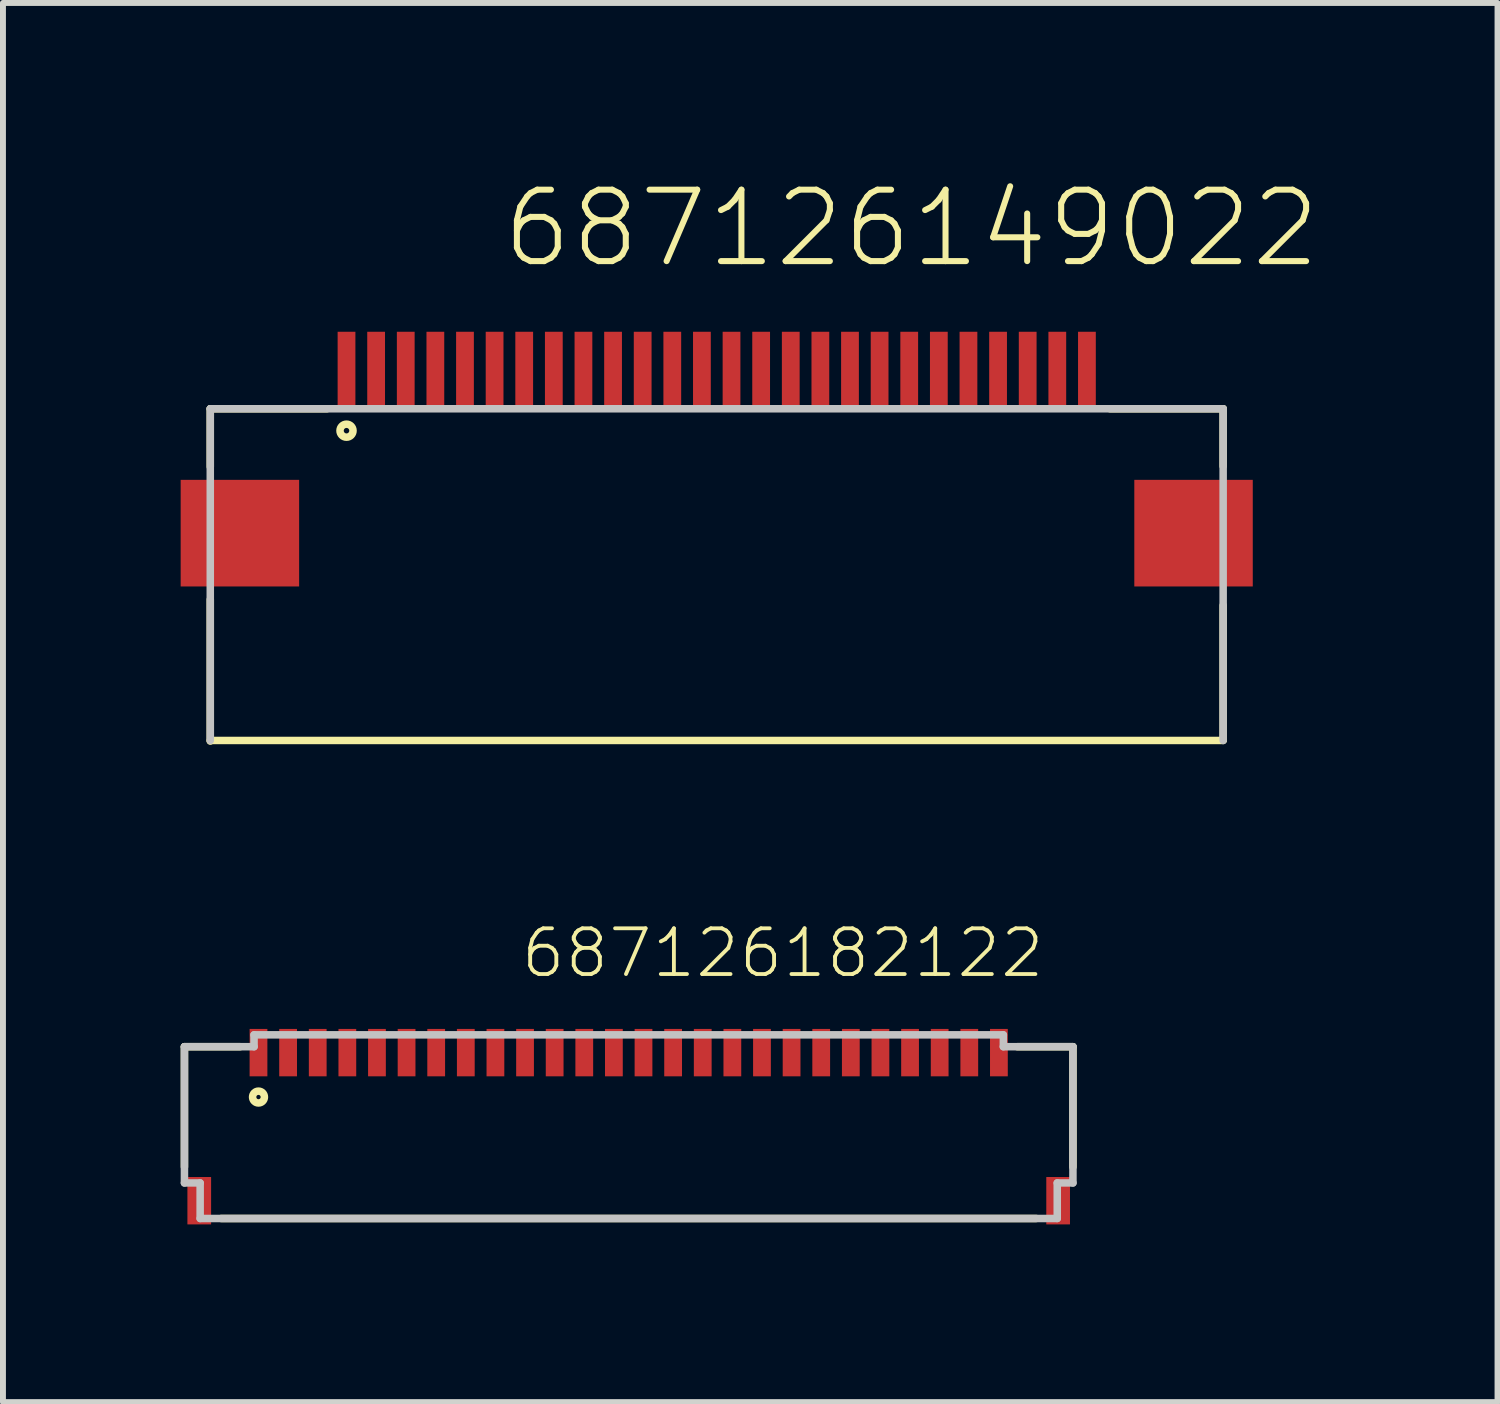
<source format=kicad_pcb>
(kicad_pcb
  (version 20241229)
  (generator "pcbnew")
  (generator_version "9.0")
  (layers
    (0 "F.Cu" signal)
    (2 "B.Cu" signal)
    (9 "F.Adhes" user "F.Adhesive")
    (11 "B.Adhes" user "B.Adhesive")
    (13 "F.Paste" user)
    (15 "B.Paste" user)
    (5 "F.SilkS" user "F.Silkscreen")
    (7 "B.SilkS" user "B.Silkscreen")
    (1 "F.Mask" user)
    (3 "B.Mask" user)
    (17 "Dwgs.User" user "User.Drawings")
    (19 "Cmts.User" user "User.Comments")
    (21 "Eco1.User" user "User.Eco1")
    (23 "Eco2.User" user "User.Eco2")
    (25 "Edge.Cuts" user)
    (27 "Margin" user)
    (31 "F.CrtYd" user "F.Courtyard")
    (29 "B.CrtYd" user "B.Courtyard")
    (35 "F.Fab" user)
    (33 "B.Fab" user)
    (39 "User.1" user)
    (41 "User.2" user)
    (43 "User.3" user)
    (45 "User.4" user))
  (footprint "687126149022"
    (layer "F.Cu")
    (at 9.05 3.201)
    (property "Reference" "687126149022" (at -3.67 -1.69 0) (layer "F.SilkS") (effects (font (size 1.206 1.206) (thickness 0.102)) (justify left bottom)))
    (attr through_hole)
    (fp_line (start -8.55 0.65) (end -8.55 1.63) (stroke (width 0.127) (type solid)) (layer "F.SilkS"))
    (fp_line (start -8.55 3.87) (end -8.55 6.26) (stroke (width 0.127) (type solid)) (layer "F.SilkS"))
    (fp_line (start -6.58 0.65) (end -8.55 0.65) (stroke (width 0.127) (type solid)) (layer "F.SilkS"))
    (fp_line (start 6.64 0.65) (end 8.55 0.65) (stroke (width 0.127) (type solid)) (layer "F.SilkS"))
    (fp_line (start 8.55 0.65) (end 8.55 1.62) (stroke (width 0.127) (type solid)) (layer "F.SilkS"))
    (fp_line (start 8.55 3.97) (end 8.55 6.24) (stroke (width 0.127) (type solid)) (layer "F.SilkS"))
    (fp_line (start 8.55 6.25) (end -8.55 6.25) (stroke (width 0.127) (type solid)) (layer "F.SilkS"))
    (fp_circle (center -6.25 1.02) (end -6.14 1.02) (stroke (width 0.127) (type solid)) (fill no) (layer "F.SilkS"))
    (fp_line (start -8.55 0.65) (end 8.55 0.65) (stroke (width 0.127) (type solid)) (layer "Dwgs.User"))
    (fp_line (start -8.55 6.25) (end -8.55 0.65) (stroke (width 0.127) (type solid)) (layer "Dwgs.User"))
    (fp_line (start 8.55 0.65) (end 8.55 6.25) (stroke (width 0.127) (type solid)) (layer "Dwgs.User"))
    (pad "1" smd rect (at -6.25 0) (size 0.3 1.3) (layers "F.Cu" "F.Mask" "F.Paste"))
    (pad "2" smd rect (at -5.75 0) (size 0.3 1.3) (layers "F.Cu" "F.Mask" "F.Paste"))
    (pad "3" smd rect (at -5.25 0) (size 0.3 1.3) (layers "F.Cu" "F.Mask" "F.Paste"))
    (pad "4" smd rect (at -4.75 0) (size 0.3 1.3) (layers "F.Cu" "F.Mask" "F.Paste"))
    (pad "5" smd rect (at -4.25 0) (size 0.3 1.3) (layers "F.Cu" "F.Mask" "F.Paste"))
    (pad "6" smd rect (at -3.75 0) (size 0.3 1.3) (layers "F.Cu" "F.Mask" "F.Paste"))
    (pad "7" smd rect (at -3.25 0) (size 0.3 1.3) (layers "F.Cu" "F.Mask" "F.Paste"))
    (pad "8" smd rect (at -2.75 0) (size 0.3 1.3) (layers "F.Cu" "F.Mask" "F.Paste"))
    (pad "9" smd rect (at -2.25 0) (size 0.3 1.3) (layers "F.Cu" "F.Mask" "F.Paste"))
    (pad "10" smd rect (at -1.75 0) (size 0.3 1.3) (layers "F.Cu" "F.Mask" "F.Paste"))
    (pad "11" smd rect (at -1.25 0) (size 0.3 1.3) (layers "F.Cu" "F.Mask" "F.Paste"))
    (pad "12" smd rect (at -0.75 0) (size 0.3 1.3) (layers "F.Cu" "F.Mask" "F.Paste"))
    (pad "13" smd rect (at -0.25 0) (size 0.3 1.3) (layers "F.Cu" "F.Mask" "F.Paste"))
    (pad "14" smd rect (at 0.25 0) (size 0.3 1.3) (layers "F.Cu" "F.Mask" "F.Paste"))
    (pad "15" smd rect (at 0.75 0) (size 0.3 1.3) (layers "F.Cu" "F.Mask" "F.Paste"))
    (pad "16" smd rect (at 1.25 0) (size 0.3 1.3) (layers "F.Cu" "F.Mask" "F.Paste"))
    (pad "17" smd rect (at 1.75 0) (size 0.3 1.3) (layers "F.Cu" "F.Mask" "F.Paste"))
    (pad "18" smd rect (at 2.25 0) (size 0.3 1.3) (layers "F.Cu" "F.Mask" "F.Paste"))
    (pad "19" smd rect (at 2.75 0) (size 0.3 1.3) (layers "F.Cu" "F.Mask" "F.Paste"))
    (pad "20" smd rect (at 3.25 0) (size 0.3 1.3) (layers "F.Cu" "F.Mask" "F.Paste"))
    (pad "21" smd rect (at 3.75 0) (size 0.3 1.3) (layers "F.Cu" "F.Mask" "F.Paste"))
    (pad "22" smd rect (at 4.25 0) (size 0.3 1.3) (layers "F.Cu" "F.Mask" "F.Paste"))
    (pad "23" smd rect (at 4.75 0) (size 0.3 1.3) (layers "F.Cu" "F.Mask" "F.Paste"))
    (pad "24" smd rect (at 5.25 0) (size 0.3 1.3) (layers "F.Cu" "F.Mask" "F.Paste"))
    (pad "25" smd rect (at 5.75 0) (size 0.3 1.3) (layers "F.Cu" "F.Mask" "F.Paste"))
    (pad "26" smd rect (at 6.25 0) (size 0.3 1.3) (layers "F.Cu" "F.Mask" "F.Paste"))
    (pad "Z1" smd rect (at -8.05 2.75) (size 2 1.8) (layers "F.Cu" "F.Mask" "F.Paste"))
    (pad "Z2" smd rect (at 8.05 2.75) (size 2 1.8) (layers "F.Cu" "F.Mask" "F.Paste")))
  (footprint "687126182122"
    (layer "F.Cu")
    (at 7.564 15.971)
    (property "Reference" "687126182122" (at -1.853 -2.479 0) (layer "F.SilkS") (effects (font (size 0.772 0.772) (thickness 0.065)) (justify left bottom)))
    (attr through_hole)
    (fp_line (start -7.5 -1.35) (end -7.5 0.68) (stroke (width 0.127) (type solid)) (layer "F.SilkS"))
    (fp_line (start -6.88 1.55) (end 6.88 1.55) (stroke (width 0.127) (type solid)) (layer "F.SilkS"))
    (fp_line (start -6.56 -1.35) (end -7.5 -1.35) (stroke (width 0.127) (type solid)) (layer "F.SilkS"))
    (fp_line (start 7.5 -1.35) (end 6.56 -1.35) (stroke (width 0.127) (type solid)) (layer "F.SilkS"))
    (fp_line (start 7.5 -1.35) (end 7.5 0.68) (stroke (width 0.127) (type solid)) (layer "F.SilkS"))
    (fp_circle (center -6.25 -0.5) (end -6.15 -0.5) (stroke (width 0.127) (type solid)) (fill no) (layer "F.SilkS"))
    (fp_line (start -7.5 -1.35) (end -7.5 0.95) (stroke (width 0.127) (type solid)) (layer "Dwgs.User"))
    (fp_line (start -7.5 -1.35) (end -6.325 -1.35) (stroke (width 0.127) (type solid)) (layer "Dwgs.User"))
    (fp_line (start -7.5 0.95) (end -7.235 0.95) (stroke (width 0.127) (type solid)) (layer "Dwgs.User"))
    (fp_line (start -7.235 1.55) (end -7.235 0.95) (stroke (width 0.127) (type solid)) (layer "Dwgs.User"))
    (fp_line (start -7.235 1.55) (end 7.235 1.55) (stroke (width 0.127) (type solid)) (layer "Dwgs.User"))
    (fp_line (start -6.325 -1.55) (end -6.325 -1.35) (stroke (width 0.127) (type solid)) (layer "Dwgs.User"))
    (fp_line (start -6.325 -1.55) (end 6.325 -1.55) (stroke (width 0.127) (type solid)) (layer "Dwgs.User"))
    (fp_line (start 6.325 -1.55) (end 6.325 -1.35) (stroke (width 0.127) (type solid)) (layer "Dwgs.User"))
    (fp_line (start 6.325 -1.35) (end 7.5 -1.35) (stroke (width 0.127) (type solid)) (layer "Dwgs.User"))
    (fp_line (start 7.235 0.95) (end 7.5 0.95) (stroke (width 0.127) (type solid)) (layer "Dwgs.User"))
    (fp_line (start 7.235 1.55) (end 7.235 0.95) (stroke (width 0.127) (type solid)) (layer "Dwgs.User"))
    (fp_line (start 7.5 -1.35) (end 7.5 0.95) (stroke (width 0.127) (type solid)) (layer "Dwgs.User"))
    (pad "1" smd rect (at -6.25 -1.25 90) (size 0.8 0.3) (layers "F.Cu" "F.Mask" "F.Paste"))
    (pad "2" smd rect (at -5.75 -1.25 90) (size 0.8 0.3) (layers "F.Cu" "F.Mask" "F.Paste"))
    (pad "3" smd rect (at -5.25 -1.25 90) (size 0.8 0.3) (layers "F.Cu" "F.Mask" "F.Paste"))
    (pad "4" smd rect (at -4.75 -1.25 90) (size 0.8 0.3) (layers "F.Cu" "F.Mask" "F.Paste"))
    (pad "5" smd rect (at -4.25 -1.25 90) (size 0.8 0.3) (layers "F.Cu" "F.Mask" "F.Paste"))
    (pad "6" smd rect (at -3.75 -1.25 90) (size 0.8 0.3) (layers "F.Cu" "F.Mask" "F.Paste"))
    (pad "7" smd rect (at -3.25 -1.25 90) (size 0.8 0.3) (layers "F.Cu" "F.Mask" "F.Paste"))
    (pad "8" smd rect (at -2.75 -1.25 90) (size 0.8 0.3) (layers "F.Cu" "F.Mask" "F.Paste"))
    (pad "9" smd rect (at -2.25 -1.25 90) (size 0.8 0.3) (layers "F.Cu" "F.Mask" "F.Paste"))
    (pad "10" smd rect (at -1.75 -1.25 90) (size 0.8 0.3) (layers "F.Cu" "F.Mask" "F.Paste"))
    (pad "11" smd rect (at -1.25 -1.25 90) (size 0.8 0.3) (layers "F.Cu" "F.Mask" "F.Paste"))
    (pad "12" smd rect (at -0.75 -1.25 90) (size 0.8 0.3) (layers "F.Cu" "F.Mask" "F.Paste"))
    (pad "13" smd rect (at -0.25 -1.25 90) (size 0.8 0.3) (layers "F.Cu" "F.Mask" "F.Paste"))
    (pad "14" smd rect (at 0.25 -1.25 90) (size 0.8 0.3) (layers "F.Cu" "F.Mask" "F.Paste"))
    (pad "15" smd rect (at 0.75 -1.25 90) (size 0.8 0.3) (layers "F.Cu" "F.Mask" "F.Paste"))
    (pad "16" smd rect (at 1.25 -1.25 90) (size 0.8 0.3) (layers "F.Cu" "F.Mask" "F.Paste"))
    (pad "17" smd rect (at 1.75 -1.25 90) (size 0.8 0.3) (layers "F.Cu" "F.Mask" "F.Paste"))
    (pad "18" smd rect (at 2.25 -1.25 90) (size 0.8 0.3) (layers "F.Cu" "F.Mask" "F.Paste"))
    (pad "19" smd rect (at 2.75 -1.25 90) (size 0.8 0.3) (layers "F.Cu" "F.Mask" "F.Paste"))
    (pad "20" smd rect (at 3.25 -1.25 90) (size 0.8 0.3) (layers "F.Cu" "F.Mask" "F.Paste"))
    (pad "21" smd rect (at 3.75 -1.25 90) (size 0.8 0.3) (layers "F.Cu" "F.Mask" "F.Paste"))
    (pad "22" smd rect (at 4.25 -1.25 90) (size 0.8 0.3) (layers "F.Cu" "F.Mask" "F.Paste"))
    (pad "23" smd rect (at 4.75 -1.25 90) (size 0.8 0.3) (layers "F.Cu" "F.Mask" "F.Paste"))
    (pad "24" smd rect (at 5.25 -1.25 90) (size 0.8 0.3) (layers "F.Cu" "F.Mask" "F.Paste"))
    (pad "25" smd rect (at 5.75 -1.25 90) (size 0.8 0.3) (layers "F.Cu" "F.Mask" "F.Paste"))
    (pad "26" smd rect (at 6.25 -1.25 90) (size 0.8 0.3) (layers "F.Cu" "F.Mask" "F.Paste"))
    (pad "Z1" smd rect (at -7.25 1.25 90) (size 0.8 0.4) (layers "F.Cu" "F.Mask" "F.Paste"))
    (pad "Z2" smd rect (at 7.25 1.25 90) (size 0.8 0.4) (layers "F.Cu" "F.Mask" "F.Paste")))
  (gr_rect
    (start -3 -3)
    (end 22.232 20.621)
    (stroke (width 0.1) (type default))
    (fill no)
    (layer "Edge.Cuts")))
</source>
